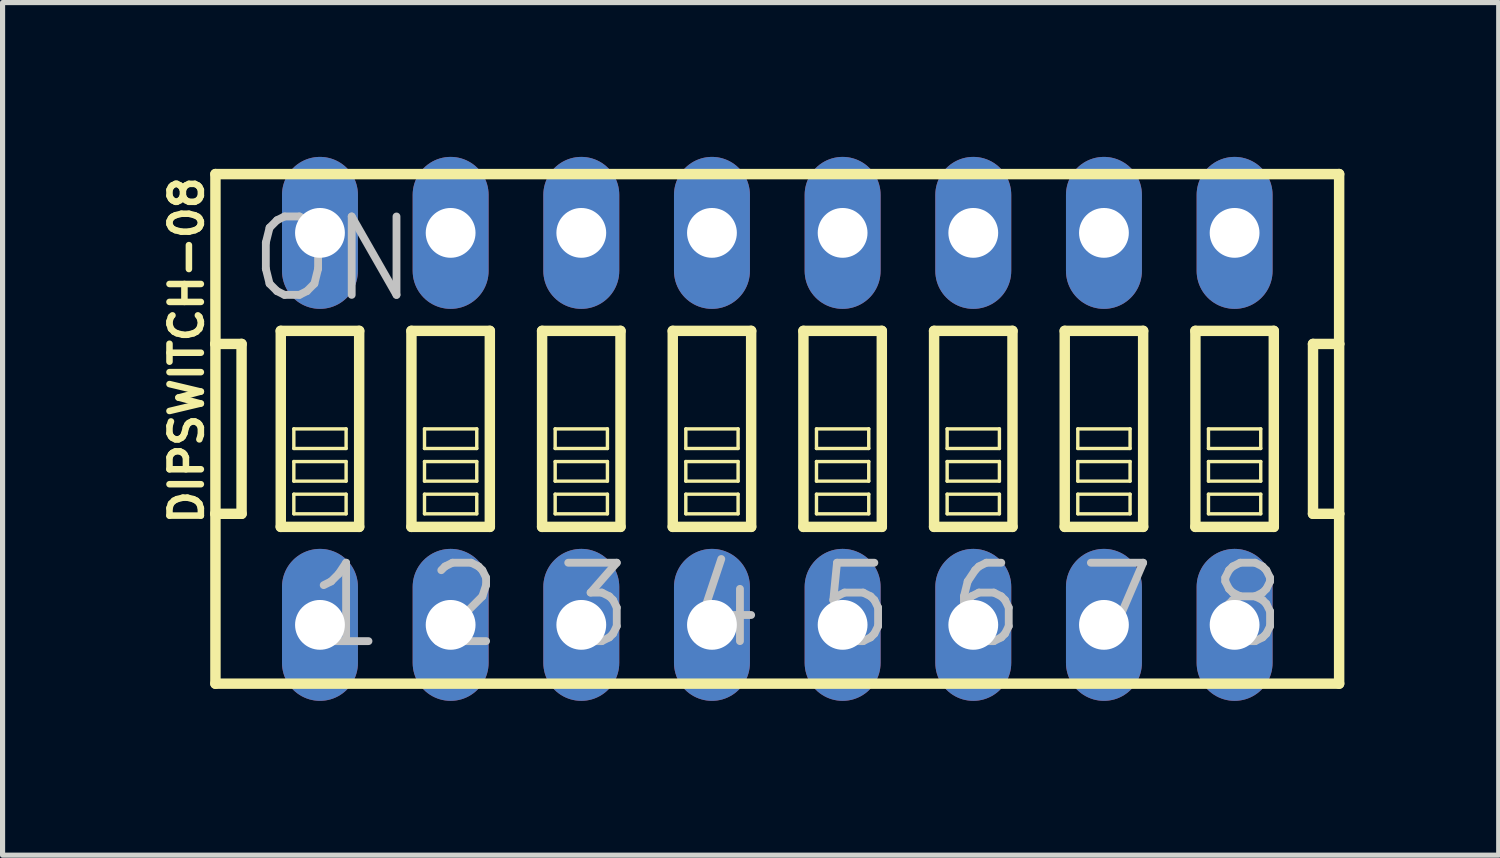
<source format=kicad_pcb>
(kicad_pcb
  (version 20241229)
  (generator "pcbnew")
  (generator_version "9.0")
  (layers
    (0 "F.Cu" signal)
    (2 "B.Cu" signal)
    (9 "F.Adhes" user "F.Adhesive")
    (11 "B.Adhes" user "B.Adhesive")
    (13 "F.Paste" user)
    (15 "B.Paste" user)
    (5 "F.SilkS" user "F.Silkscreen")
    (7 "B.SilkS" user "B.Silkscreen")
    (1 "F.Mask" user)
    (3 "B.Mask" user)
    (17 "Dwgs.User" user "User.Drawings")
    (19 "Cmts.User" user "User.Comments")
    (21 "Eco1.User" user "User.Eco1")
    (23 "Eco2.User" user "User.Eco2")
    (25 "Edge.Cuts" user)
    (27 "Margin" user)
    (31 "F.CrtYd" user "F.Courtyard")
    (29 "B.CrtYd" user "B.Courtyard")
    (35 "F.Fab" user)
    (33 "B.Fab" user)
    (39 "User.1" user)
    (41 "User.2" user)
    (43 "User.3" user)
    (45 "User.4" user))
  (footprint "DIPSWITCH-08"
    (layer "F.Cu")
    (at 12.06 5.287)
    (property "Reference" "DIPSWITCH-08" (at -11.481 -1.524 90) (layer "F.SilkS") (effects (font (size 0.61 0.61) (thickness 0.127))))
    (attr exclude_from_pos_files exclude_from_bom)
    (fp_line (start -10.922 -4.953) (end -10.922 -1.651) (stroke (width 0.203) (type solid)) (layer "F.SilkS"))
    (fp_line (start -10.922 -1.651) (end -10.922 1.651) (stroke (width 0.203) (type solid)) (layer "F.SilkS"))
    (fp_line (start -10.922 1.651) (end -10.922 4.953) (stroke (width 0.203) (type solid)) (layer "F.SilkS"))
    (fp_line (start -10.922 1.651) (end -10.414 1.651) (stroke (width 0.203) (type solid)) (layer "F.SilkS"))
    (fp_line (start -10.922 4.953) (end 10.922 4.953) (stroke (width 0.203) (type solid)) (layer "F.SilkS"))
    (fp_line (start -10.414 -1.651) (end -10.922 -1.651) (stroke (width 0.203) (type solid)) (layer "F.SilkS"))
    (fp_line (start -10.414 1.651) (end -10.414 -1.651) (stroke (width 0.203) (type solid)) (layer "F.SilkS"))
    (fp_line (start -9.652 -1.905) (end -9.652 1.905) (stroke (width 0.203) (type solid)) (layer "F.SilkS"))
    (fp_line (start -9.652 -1.905) (end -8.128 -1.905) (stroke (width 0.203) (type solid)) (layer "F.SilkS"))
    (fp_line (start -9.398 0) (end -8.382 0) (stroke (width 0.066) (type solid)) (layer "F.SilkS"))
    (fp_line (start -9.398 0.381) (end -9.398 0) (stroke (width 0.066) (type solid)) (layer "F.SilkS"))
    (fp_line (start -9.398 0.381) (end -8.382 0.381) (stroke (width 0.066) (type solid)) (layer "F.SilkS"))
    (fp_line (start -9.398 0.635) (end -8.382 0.635) (stroke (width 0.066) (type solid)) (layer "F.SilkS"))
    (fp_line (start -9.398 1.016) (end -9.398 0.635) (stroke (width 0.066) (type solid)) (layer "F.SilkS"))
    (fp_line (start -9.398 1.016) (end -8.382 1.016) (stroke (width 0.066) (type solid)) (layer "F.SilkS"))
    (fp_line (start -9.398 1.27) (end -8.382 1.27) (stroke (width 0.066) (type solid)) (layer "F.SilkS"))
    (fp_line (start -9.398 1.651) (end -9.398 1.27) (stroke (width 0.066) (type solid)) (layer "F.SilkS"))
    (fp_line (start -9.398 1.651) (end -8.382 1.651) (stroke (width 0.066) (type solid)) (layer "F.SilkS"))
    (fp_line (start -8.382 0.381) (end -8.382 0) (stroke (width 0.066) (type solid)) (layer "F.SilkS"))
    (fp_line (start -8.382 1.016) (end -8.382 0.635) (stroke (width 0.066) (type solid)) (layer "F.SilkS"))
    (fp_line (start -8.382 1.651) (end -8.382 1.27) (stroke (width 0.066) (type solid)) (layer "F.SilkS"))
    (fp_line (start -8.128 1.905) (end -9.652 1.905) (stroke (width 0.203) (type solid)) (layer "F.SilkS"))
    (fp_line (start -8.128 1.905) (end -8.128 -1.905) (stroke (width 0.203) (type solid)) (layer "F.SilkS"))
    (fp_line (start -7.112 -1.905) (end -7.112 1.905) (stroke (width 0.203) (type solid)) (layer "F.SilkS"))
    (fp_line (start -7.112 -1.905) (end -5.588 -1.905) (stroke (width 0.203) (type solid)) (layer "F.SilkS"))
    (fp_line (start -6.858 0) (end -5.842 0) (stroke (width 0.066) (type solid)) (layer "F.SilkS"))
    (fp_line (start -6.858 0.381) (end -6.858 0) (stroke (width 0.066) (type solid)) (layer "F.SilkS"))
    (fp_line (start -6.858 0.381) (end -5.842 0.381) (stroke (width 0.066) (type solid)) (layer "F.SilkS"))
    (fp_line (start -6.858 0.635) (end -5.842 0.635) (stroke (width 0.066) (type solid)) (layer "F.SilkS"))
    (fp_line (start -6.858 1.016) (end -6.858 0.635) (stroke (width 0.066) (type solid)) (layer "F.SilkS"))
    (fp_line (start -6.858 1.016) (end -5.842 1.016) (stroke (width 0.066) (type solid)) (layer "F.SilkS"))
    (fp_line (start -6.858 1.27) (end -5.842 1.27) (stroke (width 0.066) (type solid)) (layer "F.SilkS"))
    (fp_line (start -6.858 1.651) (end -6.858 1.27) (stroke (width 0.066) (type solid)) (layer "F.SilkS"))
    (fp_line (start -6.858 1.651) (end -5.842 1.651) (stroke (width 0.066) (type solid)) (layer "F.SilkS"))
    (fp_line (start -5.842 0.381) (end -5.842 0) (stroke (width 0.066) (type solid)) (layer "F.SilkS"))
    (fp_line (start -5.842 1.016) (end -5.842 0.635) (stroke (width 0.066) (type solid)) (layer "F.SilkS"))
    (fp_line (start -5.842 1.651) (end -5.842 1.27) (stroke (width 0.066) (type solid)) (layer "F.SilkS"))
    (fp_line (start -5.588 1.905) (end -7.112 1.905) (stroke (width 0.203) (type solid)) (layer "F.SilkS"))
    (fp_line (start -5.588 1.905) (end -5.588 -1.905) (stroke (width 0.203) (type solid)) (layer "F.SilkS"))
    (fp_line (start -4.572 -1.905) (end -4.572 1.905) (stroke (width 0.203) (type solid)) (layer "F.SilkS"))
    (fp_line (start -4.572 -1.905) (end -3.048 -1.905) (stroke (width 0.203) (type solid)) (layer "F.SilkS"))
    (fp_line (start -4.318 0) (end -3.302 0) (stroke (width 0.066) (type solid)) (layer "F.SilkS"))
    (fp_line (start -4.318 0.381) (end -4.318 0) (stroke (width 0.066) (type solid)) (layer "F.SilkS"))
    (fp_line (start -4.318 0.381) (end -3.302 0.381) (stroke (width 0.066) (type solid)) (layer "F.SilkS"))
    (fp_line (start -4.318 0.635) (end -3.302 0.635) (stroke (width 0.066) (type solid)) (layer "F.SilkS"))
    (fp_line (start -4.318 1.016) (end -4.318 0.635) (stroke (width 0.066) (type solid)) (layer "F.SilkS"))
    (fp_line (start -4.318 1.016) (end -3.302 1.016) (stroke (width 0.066) (type solid)) (layer "F.SilkS"))
    (fp_line (start -4.318 1.27) (end -3.302 1.27) (stroke (width 0.066) (type solid)) (layer "F.SilkS"))
    (fp_line (start -4.318 1.651) (end -4.318 1.27) (stroke (width 0.066) (type solid)) (layer "F.SilkS"))
    (fp_line (start -4.318 1.651) (end -3.302 1.651) (stroke (width 0.066) (type solid)) (layer "F.SilkS"))
    (fp_line (start -3.302 0.381) (end -3.302 0) (stroke (width 0.066) (type solid)) (layer "F.SilkS"))
    (fp_line (start -3.302 1.016) (end -3.302 0.635) (stroke (width 0.066) (type solid)) (layer "F.SilkS"))
    (fp_line (start -3.302 1.651) (end -3.302 1.27) (stroke (width 0.066) (type solid)) (layer "F.SilkS"))
    (fp_line (start -3.048 1.905) (end -4.572 1.905) (stroke (width 0.203) (type solid)) (layer "F.SilkS"))
    (fp_line (start -3.048 1.905) (end -3.048 -1.905) (stroke (width 0.203) (type solid)) (layer "F.SilkS"))
    (fp_line (start -2.032 -1.905) (end -2.032 1.905) (stroke (width 0.203) (type solid)) (layer "F.SilkS"))
    (fp_line (start -2.032 -1.905) (end -0.508 -1.905) (stroke (width 0.203) (type solid)) (layer "F.SilkS"))
    (fp_line (start -1.778 0) (end -0.762 0) (stroke (width 0.066) (type solid)) (layer "F.SilkS"))
    (fp_line (start -1.778 0.381) (end -1.778 0) (stroke (width 0.066) (type solid)) (layer "F.SilkS"))
    (fp_line (start -1.778 0.381) (end -0.762 0.381) (stroke (width 0.066) (type solid)) (layer "F.SilkS"))
    (fp_line (start -1.778 0.635) (end -0.762 0.635) (stroke (width 0.066) (type solid)) (layer "F.SilkS"))
    (fp_line (start -1.778 1.016) (end -1.778 0.635) (stroke (width 0.066) (type solid)) (layer "F.SilkS"))
    (fp_line (start -1.778 1.016) (end -0.762 1.016) (stroke (width 0.066) (type solid)) (layer "F.SilkS"))
    (fp_line (start -1.778 1.27) (end -0.762 1.27) (stroke (width 0.066) (type solid)) (layer "F.SilkS"))
    (fp_line (start -1.778 1.651) (end -1.778 1.27) (stroke (width 0.066) (type solid)) (layer "F.SilkS"))
    (fp_line (start -1.778 1.651) (end -0.762 1.651) (stroke (width 0.066) (type solid)) (layer "F.SilkS"))
    (fp_line (start -0.762 0.381) (end -0.762 0) (stroke (width 0.066) (type solid)) (layer "F.SilkS"))
    (fp_line (start -0.762 1.016) (end -0.762 0.635) (stroke (width 0.066) (type solid)) (layer "F.SilkS"))
    (fp_line (start -0.762 1.651) (end -0.762 1.27) (stroke (width 0.066) (type solid)) (layer "F.SilkS"))
    (fp_line (start -0.508 1.905) (end -2.032 1.905) (stroke (width 0.203) (type solid)) (layer "F.SilkS"))
    (fp_line (start -0.508 1.905) (end -0.508 -1.905) (stroke (width 0.203) (type solid)) (layer "F.SilkS"))
    (fp_line (start 0.508 -1.905) (end 0.508 1.905) (stroke (width 0.203) (type solid)) (layer "F.SilkS"))
    (fp_line (start 0.508 -1.905) (end 2.032 -1.905) (stroke (width 0.203) (type solid)) (layer "F.SilkS"))
    (fp_line (start 0.762 0) (end 1.778 0) (stroke (width 0.066) (type solid)) (layer "F.SilkS"))
    (fp_line (start 0.762 0.381) (end 0.762 0) (stroke (width 0.066) (type solid)) (layer "F.SilkS"))
    (fp_line (start 0.762 0.381) (end 1.778 0.381) (stroke (width 0.066) (type solid)) (layer "F.SilkS"))
    (fp_line (start 0.762 0.635) (end 1.778 0.635) (stroke (width 0.066) (type solid)) (layer "F.SilkS"))
    (fp_line (start 0.762 1.016) (end 0.762 0.635) (stroke (width 0.066) (type solid)) (layer "F.SilkS"))
    (fp_line (start 0.762 1.016) (end 1.778 1.016) (stroke (width 0.066) (type solid)) (layer "F.SilkS"))
    (fp_line (start 0.762 1.27) (end 1.778 1.27) (stroke (width 0.066) (type solid)) (layer "F.SilkS"))
    (fp_line (start 0.762 1.651) (end 0.762 1.27) (stroke (width 0.066) (type solid)) (layer "F.SilkS"))
    (fp_line (start 0.762 1.651) (end 1.778 1.651) (stroke (width 0.066) (type solid)) (layer "F.SilkS"))
    (fp_line (start 1.778 0.381) (end 1.778 0) (stroke (width 0.066) (type solid)) (layer "F.SilkS"))
    (fp_line (start 1.778 1.016) (end 1.778 0.635) (stroke (width 0.066) (type solid)) (layer "F.SilkS"))
    (fp_line (start 1.778 1.651) (end 1.778 1.27) (stroke (width 0.066) (type solid)) (layer "F.SilkS"))
    (fp_line (start 2.032 1.905) (end 0.508 1.905) (stroke (width 0.203) (type solid)) (layer "F.SilkS"))
    (fp_line (start 2.032 1.905) (end 2.032 -1.905) (stroke (width 0.203) (type solid)) (layer "F.SilkS"))
    (fp_line (start 3.048 -1.905) (end 3.048 1.905) (stroke (width 0.203) (type solid)) (layer "F.SilkS"))
    (fp_line (start 3.048 -1.905) (end 4.572 -1.905) (stroke (width 0.203) (type solid)) (layer "F.SilkS"))
    (fp_line (start 3.302 0) (end 4.318 0) (stroke (width 0.066) (type solid)) (layer "F.SilkS"))
    (fp_line (start 3.302 0.381) (end 3.302 0) (stroke (width 0.066) (type solid)) (layer "F.SilkS"))
    (fp_line (start 3.302 0.381) (end 4.318 0.381) (stroke (width 0.066) (type solid)) (layer "F.SilkS"))
    (fp_line (start 3.302 0.635) (end 4.318 0.635) (stroke (width 0.066) (type solid)) (layer "F.SilkS"))
    (fp_line (start 3.302 1.016) (end 3.302 0.635) (stroke (width 0.066) (type solid)) (layer "F.SilkS"))
    (fp_line (start 3.302 1.016) (end 4.318 1.016) (stroke (width 0.066) (type solid)) (layer "F.SilkS"))
    (fp_line (start 3.302 1.27) (end 4.318 1.27) (stroke (width 0.066) (type solid)) (layer "F.SilkS"))
    (fp_line (start 3.302 1.651) (end 3.302 1.27) (stroke (width 0.066) (type solid)) (layer "F.SilkS"))
    (fp_line (start 3.302 1.651) (end 4.318 1.651) (stroke (width 0.066) (type solid)) (layer "F.SilkS"))
    (fp_line (start 4.318 0.381) (end 4.318 0) (stroke (width 0.066) (type solid)) (layer "F.SilkS"))
    (fp_line (start 4.318 1.016) (end 4.318 0.635) (stroke (width 0.066) (type solid)) (layer "F.SilkS"))
    (fp_line (start 4.318 1.651) (end 4.318 1.27) (stroke (width 0.066) (type solid)) (layer "F.SilkS"))
    (fp_line (start 4.572 1.905) (end 3.048 1.905) (stroke (width 0.203) (type solid)) (layer "F.SilkS"))
    (fp_line (start 4.572 1.905) (end 4.572 -1.905) (stroke (width 0.203) (type solid)) (layer "F.SilkS"))
    (fp_line (start 5.588 -1.905) (end 5.588 1.905) (stroke (width 0.203) (type solid)) (layer "F.SilkS"))
    (fp_line (start 5.588 -1.905) (end 7.112 -1.905) (stroke (width 0.203) (type solid)) (layer "F.SilkS"))
    (fp_line (start 5.842 0) (end 6.858 0) (stroke (width 0.066) (type solid)) (layer "F.SilkS"))
    (fp_line (start 5.842 0.381) (end 5.842 0) (stroke (width 0.066) (type solid)) (layer "F.SilkS"))
    (fp_line (start 5.842 0.381) (end 6.858 0.381) (stroke (width 0.066) (type solid)) (layer "F.SilkS"))
    (fp_line (start 5.842 0.635) (end 6.858 0.635) (stroke (width 0.066) (type solid)) (layer "F.SilkS"))
    (fp_line (start 5.842 1.016) (end 5.842 0.635) (stroke (width 0.066) (type solid)) (layer "F.SilkS"))
    (fp_line (start 5.842 1.016) (end 6.858 1.016) (stroke (width 0.066) (type solid)) (layer "F.SilkS"))
    (fp_line (start 5.842 1.27) (end 6.858 1.27) (stroke (width 0.066) (type solid)) (layer "F.SilkS"))
    (fp_line (start 5.842 1.651) (end 5.842 1.27) (stroke (width 0.066) (type solid)) (layer "F.SilkS"))
    (fp_line (start 5.842 1.651) (end 6.858 1.651) (stroke (width 0.066) (type solid)) (layer "F.SilkS"))
    (fp_line (start 6.858 0.381) (end 6.858 0) (stroke (width 0.066) (type solid)) (layer "F.SilkS"))
    (fp_line (start 6.858 1.016) (end 6.858 0.635) (stroke (width 0.066) (type solid)) (layer "F.SilkS"))
    (fp_line (start 6.858 1.651) (end 6.858 1.27) (stroke (width 0.066) (type solid)) (layer "F.SilkS"))
    (fp_line (start 7.112 1.905) (end 5.588 1.905) (stroke (width 0.203) (type solid)) (layer "F.SilkS"))
    (fp_line (start 7.112 1.905) (end 7.112 -1.905) (stroke (width 0.203) (type solid)) (layer "F.SilkS"))
    (fp_line (start 8.128 -1.905) (end 8.128 1.905) (stroke (width 0.203) (type solid)) (layer "F.SilkS"))
    (fp_line (start 8.128 -1.905) (end 9.652 -1.905) (stroke (width 0.203) (type solid)) (layer "F.SilkS"))
    (fp_line (start 8.382 0) (end 9.398 0) (stroke (width 0.066) (type solid)) (layer "F.SilkS"))
    (fp_line (start 8.382 0.381) (end 8.382 0) (stroke (width 0.066) (type solid)) (layer "F.SilkS"))
    (fp_line (start 8.382 0.381) (end 9.398 0.381) (stroke (width 0.066) (type solid)) (layer "F.SilkS"))
    (fp_line (start 8.382 0.635) (end 9.398 0.635) (stroke (width 0.066) (type solid)) (layer "F.SilkS"))
    (fp_line (start 8.382 1.016) (end 8.382 0.635) (stroke (width 0.066) (type solid)) (layer "F.SilkS"))
    (fp_line (start 8.382 1.016) (end 9.398 1.016) (stroke (width 0.066) (type solid)) (layer "F.SilkS"))
    (fp_line (start 8.382 1.27) (end 9.398 1.27) (stroke (width 0.066) (type solid)) (layer "F.SilkS"))
    (fp_line (start 8.382 1.651) (end 8.382 1.27) (stroke (width 0.066) (type solid)) (layer "F.SilkS"))
    (fp_line (start 8.382 1.651) (end 9.398 1.651) (stroke (width 0.066) (type solid)) (layer "F.SilkS"))
    (fp_line (start 9.398 0.381) (end 9.398 0) (stroke (width 0.066) (type solid)) (layer "F.SilkS"))
    (fp_line (start 9.398 1.016) (end 9.398 0.635) (stroke (width 0.066) (type solid)) (layer "F.SilkS"))
    (fp_line (start 9.398 1.651) (end 9.398 1.27) (stroke (width 0.066) (type solid)) (layer "F.SilkS"))
    (fp_line (start 9.652 1.905) (end 8.128 1.905) (stroke (width 0.203) (type solid)) (layer "F.SilkS"))
    (fp_line (start 9.652 1.905) (end 9.652 -1.905) (stroke (width 0.203) (type solid)) (layer "F.SilkS"))
    (fp_line (start 10.414 -1.651) (end 10.414 1.651) (stroke (width 0.203) (type solid)) (layer "F.SilkS"))
    (fp_line (start 10.414 1.651) (end 10.922 1.651) (stroke (width 0.203) (type solid)) (layer "F.SilkS"))
    (fp_line (start 10.922 -4.953) (end -10.922 -4.953) (stroke (width 0.203) (type solid)) (layer "F.SilkS"))
    (fp_line (start 10.922 -1.651) (end 10.414 -1.651) (stroke (width 0.203) (type solid)) (layer "F.SilkS"))
    (fp_line (start 10.922 -1.651) (end 10.922 -4.953) (stroke (width 0.203) (type solid)) (layer "F.SilkS"))
    (fp_line (start 10.922 1.651) (end 10.922 -1.651) (stroke (width 0.203) (type solid)) (layer "F.SilkS"))
    (fp_line (start 10.922 4.953) (end 10.922 1.651) (stroke (width 0.203) (type solid)) (layer "F.SilkS"))
    (fp_text user "7" (at 6.604 3.429 0) (layer "Dwgs.User") (effects (font (size 1.524 1.524) (thickness 0.152))))
    (fp_text user "1" (at -8.382 3.429 0) (layer "Dwgs.User") (effects (font (size 1.524 1.524) (thickness 0.152))))
    (fp_text user "4" (at -1.016 3.429 0) (layer "Dwgs.User") (effects (font (size 1.524 1.524) (thickness 0.152))))
    (fp_text user "5" (at 1.524 3.429 0) (layer "Dwgs.User") (effects (font (size 1.524 1.524) (thickness 0.152))))
    (fp_text user "2" (at -6.096 3.429 0) (layer "Dwgs.User") (effects (font (size 1.524 1.524) (thickness 0.152))))
    (fp_text user "3" (at -3.556 3.429 0) (layer "Dwgs.User") (effects (font (size 1.524 1.524) (thickness 0.152))))
    (fp_text user "6" (at 4.064 3.429 0) (layer "Dwgs.User") (effects (font (size 1.524 1.524) (thickness 0.152))))
    (fp_text user "ON" (at -8.636 -3.302 0) (layer "Dwgs.User") (effects (font (size 1.524 1.524) (thickness 0.152))))
    (fp_text user "8" (at 9.144 3.429 0) (layer "Dwgs.User") (effects (font (size 1.524 1.524) (thickness 0.152))))
    (pad "1" thru_hole oval (at -8.89 3.81 180) (size 1.476 2.954) (drill 0.968) (layers "*.Cu" "*.Paste" "*.Mask"))
    (pad "2" thru_hole oval (at -6.35 3.81 180) (size 1.476 2.954) (drill 0.968) (layers "*.Cu" "*.Paste" "*.Mask"))
    (pad "3" thru_hole oval (at -3.81 3.81 180) (size 1.476 2.954) (drill 0.968) (layers "*.Cu" "*.Paste" "*.Mask"))
    (pad "4" thru_hole oval (at -1.27 3.81 180) (size 1.476 2.954) (drill 0.968) (layers "*.Cu" "*.Paste" "*.Mask"))
    (pad "5" thru_hole oval (at 1.27 3.81 180) (size 1.476 2.954) (drill 0.968) (layers "*.Cu" "*.Paste" "*.Mask"))
    (pad "6" thru_hole oval (at 3.81 3.81 180) (size 1.476 2.954) (drill 0.968) (layers "*.Cu" "*.Paste" "*.Mask"))
    (pad "7" thru_hole oval (at 6.35 3.81 180) (size 1.476 2.954) (drill 0.968) (layers "*.Cu" "*.Paste" "*.Mask"))
    (pad "8" thru_hole oval (at 8.89 3.81 180) (size 1.476 2.954) (drill 0.968) (layers "*.Cu" "*.Paste" "*.Mask"))
    (pad "9" thru_hole oval (at 8.89 -3.81 180) (size 1.476 2.954) (drill 0.968) (layers "*.Cu" "*.Paste" "*.Mask"))
    (pad "10" thru_hole oval (at 6.35 -3.81 180) (size 1.476 2.954) (drill 0.968) (layers "*.Cu" "*.Paste" "*.Mask"))
    (pad "11" thru_hole oval (at 3.81 -3.81 180) (size 1.476 2.954) (drill 0.968) (layers "*.Cu" "*.Paste" "*.Mask"))
    (pad "12" thru_hole oval (at 1.27 -3.81 180) (size 1.476 2.954) (drill 0.968) (layers "*.Cu" "*.Paste" "*.Mask"))
    (pad "13" thru_hole oval (at -1.27 -3.81 180) (size 1.476 2.954) (drill 0.968) (layers "*.Cu" "*.Paste" "*.Mask"))
    (pad "14" thru_hole oval (at -3.81 -3.81 180) (size 1.476 2.954) (drill 0.968) (layers "*.Cu" "*.Paste" "*.Mask"))
    (pad "15" thru_hole oval (at -6.35 -3.81 180) (size 1.476 2.954) (drill 0.968) (layers "*.Cu" "*.Paste" "*.Mask"))
    (pad "16" thru_hole oval (at -8.89 -3.81 180) (size 1.476 2.954) (drill 0.968) (layers "*.Cu" "*.Paste" "*.Mask")))
  (gr_rect
    (start -3 -3)
    (end 26.084 13.574)
    (stroke (width 0.1) (type default))
    (fill no)
    (layer "Edge.Cuts")))
</source>
